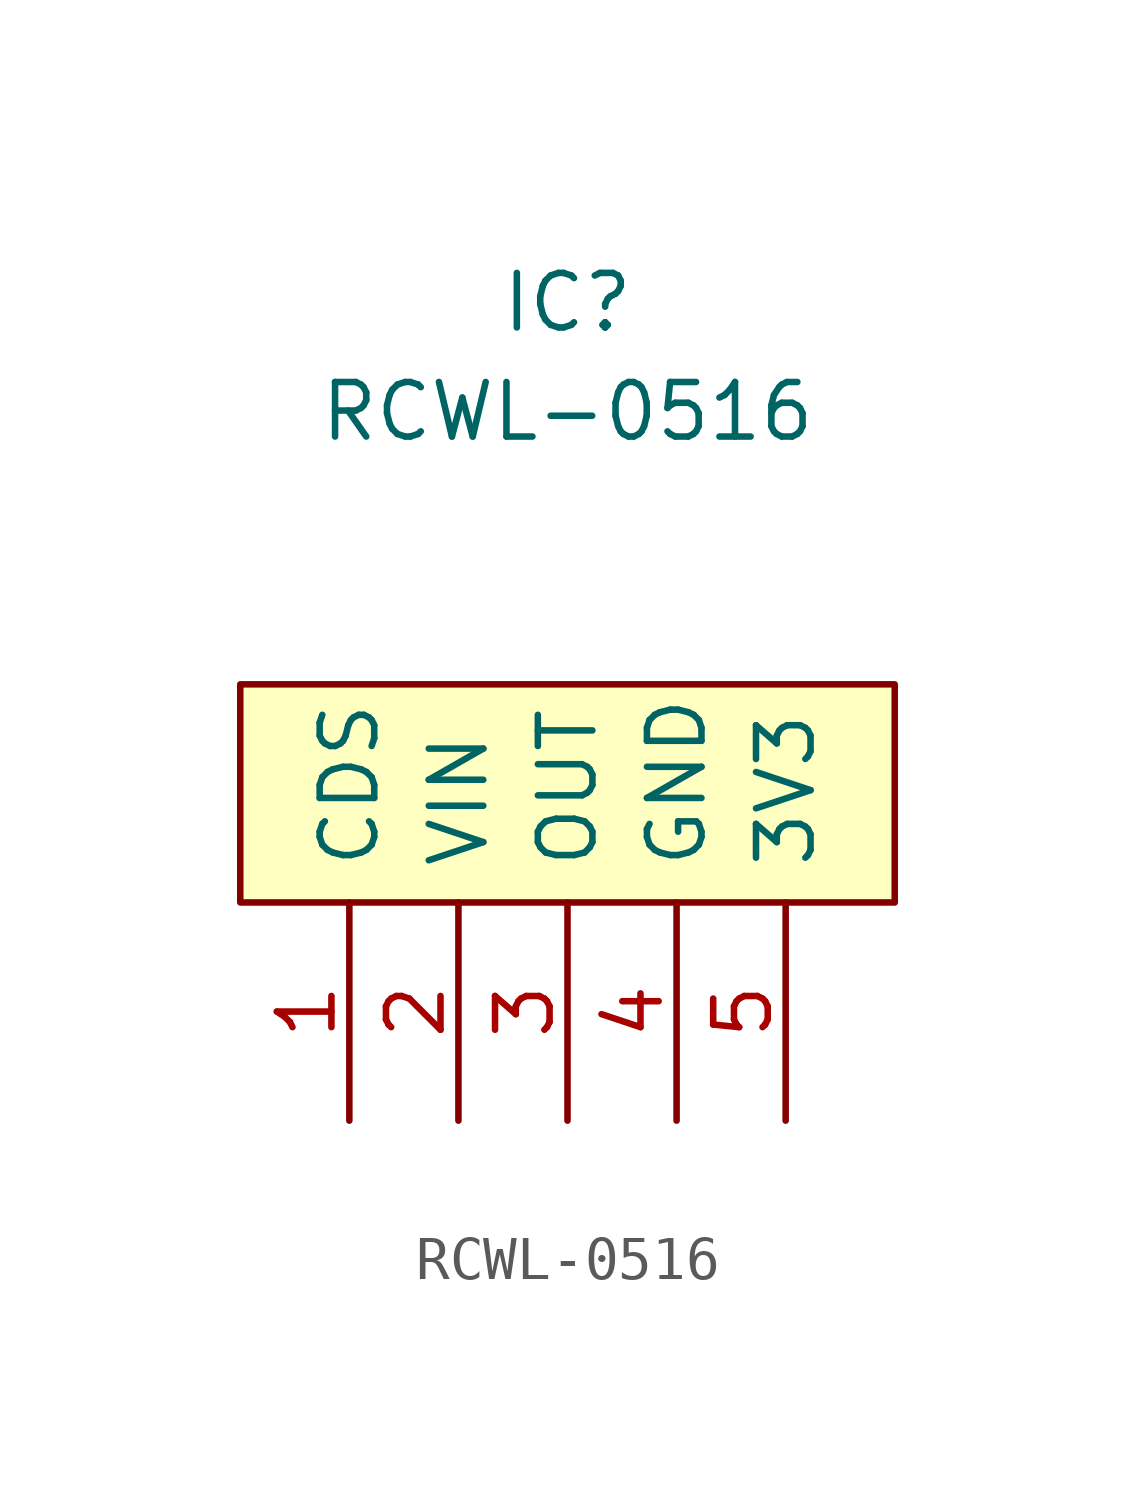
<source format=kicad_sym>
(kicad_symbol_lib
  (version 20211014)
  (generator kicad_symbol_editor)
  (symbol "RCWL-0516"
    (pin_names
      (offset 0.762))
    (property "Reference" "IC"
      (at 0 11.43 0)
      (effects (font (size 1.27 1.27))))
    (property "Value" "RCWL-0516"
      (at 0 8.89 0)
      (effects (font (size 1.27 1.27))))
    (symbol "RCWL-0516_0_0"
      (pin input line (at -5.08 -7.62 90) (length 5.08) (name "CDS" (effects (font (size 1.27 1.27)))) (number "1" (effects (font (size 1.27 1.27)))))
      (pin power_in line (at -2.54 -7.62 90) (length 5.08) (name "VIN" (effects (font (size 1.27 1.27)))) (number "2" (effects (font (size 1.27 1.27)))))
      (pin output line (at 0 -7.62 90) (length 5.08) (name "OUT" (effects (font (size 1.27 1.27)))) (number "3" (effects (font (size 1.27 1.27)))))
      (pin power_in line (at 2.54 -7.62 90) (length 5.08) (name "GND" (effects (font (size 1.27 1.27)))) (number "4" (effects (font (size 1.27 1.27)))))
      (pin power_out line (at 5.08 -7.62 90) (length 5.08) (name "3V3" (effects (font (size 1.27 1.27)))) (number "5" (effects (font (size 1.27 1.27))))))
    (symbol "RCWL-0516_0_1"
      (polyline (pts (xy -7.62 -2.54) (xy -7.62 2.54) (xy 7.62 2.54) (xy 7.62 -2.54) (xy -7.62 -2.54)) (stroke (width 0.152) (type default) (color 0 0 0 0)) (fill (type background))))))
</source>
